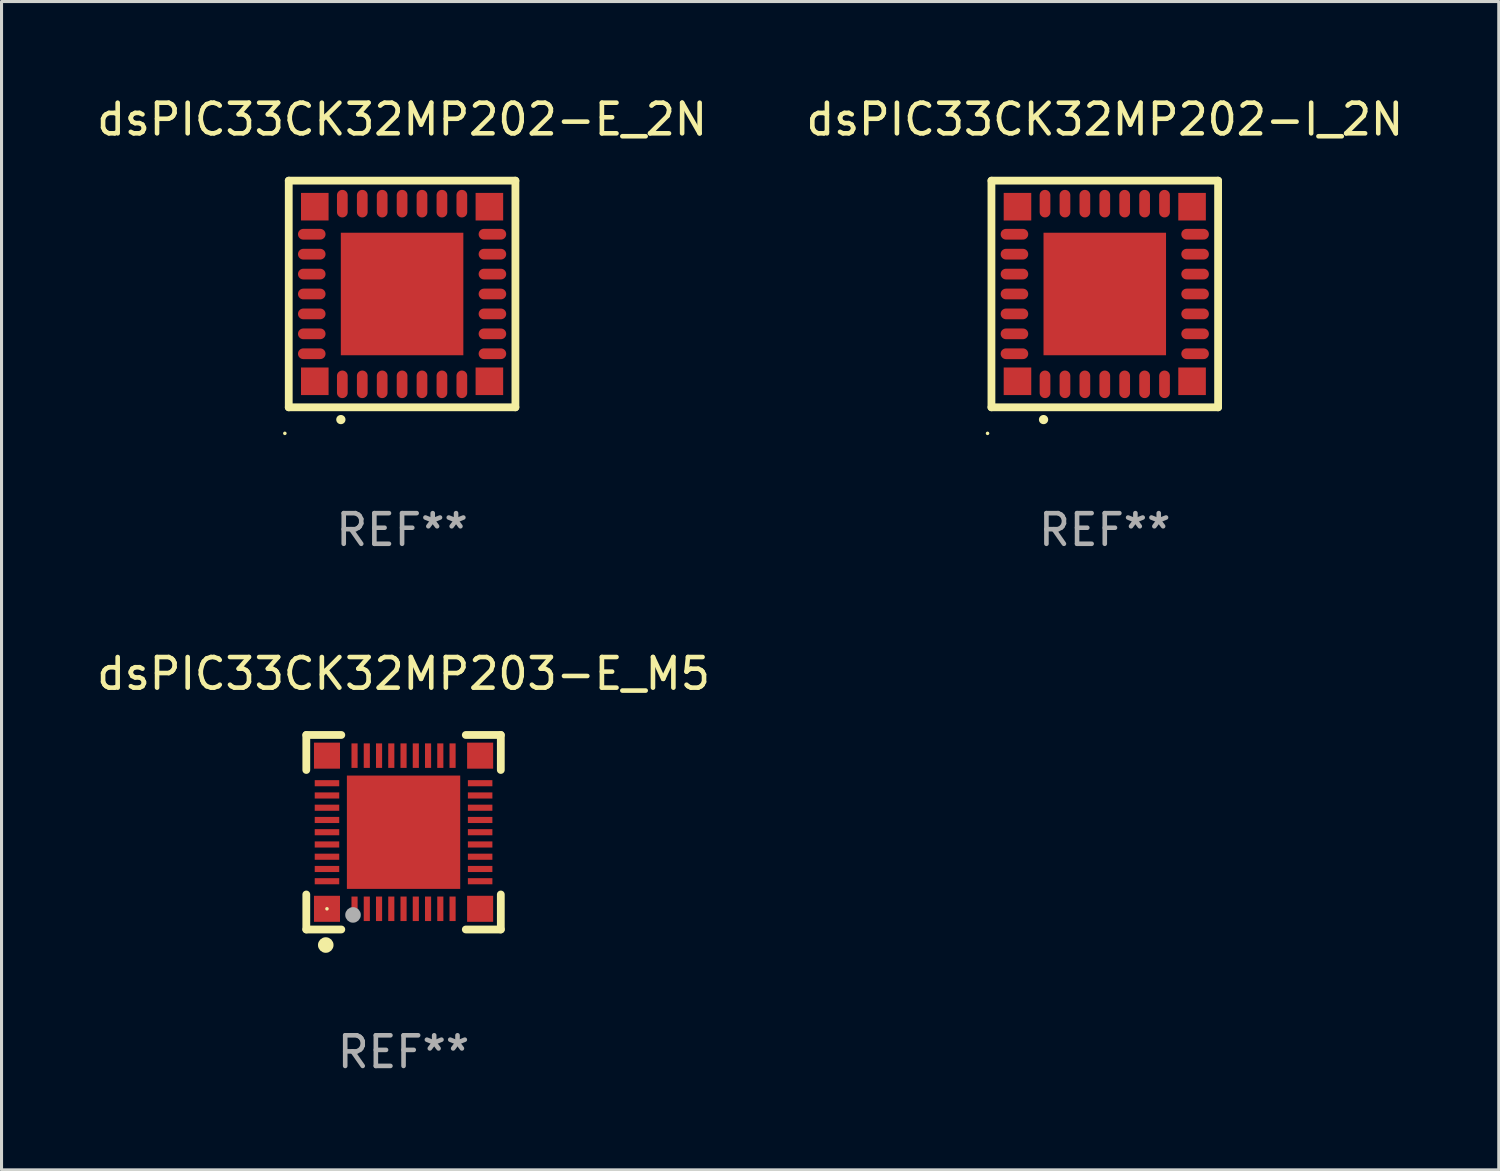
<source format=kicad_pcb>
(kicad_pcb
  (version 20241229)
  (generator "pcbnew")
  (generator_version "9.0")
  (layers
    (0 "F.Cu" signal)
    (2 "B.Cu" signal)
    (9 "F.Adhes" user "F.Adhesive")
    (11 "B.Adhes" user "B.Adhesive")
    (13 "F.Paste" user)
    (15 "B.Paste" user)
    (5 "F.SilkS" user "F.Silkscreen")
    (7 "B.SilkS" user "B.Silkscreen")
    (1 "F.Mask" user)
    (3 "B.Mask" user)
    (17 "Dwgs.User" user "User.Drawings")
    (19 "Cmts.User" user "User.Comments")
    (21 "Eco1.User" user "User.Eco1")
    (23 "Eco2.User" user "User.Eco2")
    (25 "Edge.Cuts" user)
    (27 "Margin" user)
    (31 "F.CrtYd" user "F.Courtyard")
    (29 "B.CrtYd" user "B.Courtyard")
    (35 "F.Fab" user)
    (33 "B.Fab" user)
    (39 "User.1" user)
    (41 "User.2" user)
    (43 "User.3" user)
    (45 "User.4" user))
  (footprint "dsPIC33CK32MP202-E_2N"
    (layer "F.Cu")
    (at 10.077 6.548)
    (property "Reference" "dsPIC33CK32MP202-E_2N" (at 0 -5.7 0) (layer "F.SilkS") (effects (font (size 1 1) (thickness 0.15))))
    (attr through_hole)
    (fp_line (start -3.7 -3.7) (end 3.7 -3.7) (stroke (width 0.254) (type solid)) (layer "F.SilkS"))
    (fp_line (start -3.7 3.7) (end -3.7 -3.7) (stroke (width 0.254) (type solid)) (layer "F.SilkS"))
    (fp_line (start 3.7 -3.7) (end 3.7 3.7) (stroke (width 0.254) (type solid)) (layer "F.SilkS"))
    (fp_line (start 3.7 3.7) (end -3.7 3.7) (stroke (width 0.254) (type solid)) (layer "F.SilkS"))
    (fp_arc (start -2 4.1) (mid -1.99873 4.099995) (end -1.99746 4.1) (stroke (width 0.3) (type solid)) (layer "F.SilkS"))
    (fp_circle (center -3.827 4.55) (end -3.797 4.55) (stroke (width 0.06) (type solid)) (fill no) (layer "F.SilkS"))
    (fp_text user "REF**" (at 0 7.7 0) (layer "F.Fab") (effects (font (size 1 1) (thickness 0.15))))
    (pad "1" smd oval (at -1.951 2.949 180) (size 0.35 0.9) (layers "F.Cu" "F.Mask" "F.Paste"))
    (pad "2" smd oval (at -1.3 2.949 180) (size 0.35 0.9) (layers "F.Cu" "F.Mask" "F.Paste"))
    (pad "3" smd oval (at -0.65 2.949 180) (size 0.35 0.9) (layers "F.Cu" "F.Mask" "F.Paste"))
    (pad "4" smd oval (at 0.000051 2.949 180) (size 0.35 0.9) (layers "F.Cu" "F.Mask" "F.Paste"))
    (pad "5" smd oval (at 0.65 2.949 180) (size 0.35 0.9) (layers "F.Cu" "F.Mask" "F.Paste"))
    (pad "6" smd oval (at 1.301 2.949 180) (size 0.35 0.9) (layers "F.Cu" "F.Mask" "F.Paste"))
    (pad "7" smd oval (at 1.951 2.949 180) (size 0.35 0.9) (layers "F.Cu" "F.Mask" "F.Paste"))
    (pad "8" smd oval (at 2.949 1.951 90) (size 0.35 0.9) (layers "F.Cu" "F.Mask" "F.Paste"))
    (pad "9" smd oval (at 2.949 1.301 90) (size 0.35 0.9) (layers "F.Cu" "F.Mask" "F.Paste"))
    (pad "10" smd oval (at 2.949 0.65 90) (size 0.35 0.9) (layers "F.Cu" "F.Mask" "F.Paste"))
    (pad "11" smd oval (at 2.949 0.000051 90) (size 0.35 0.9) (layers "F.Cu" "F.Mask" "F.Paste"))
    (pad "12" smd oval (at 2.949 -0.65 90) (size 0.35 0.9) (layers "F.Cu" "F.Mask" "F.Paste"))
    (pad "13" smd oval (at 2.949 -1.3 90) (size 0.35 0.9) (layers "F.Cu" "F.Mask" "F.Paste"))
    (pad "14" smd oval (at 2.949 -1.951 90) (size 0.35 0.9) (layers "F.Cu" "F.Mask" "F.Paste"))
    (pad "15" smd oval (at 1.951 -2.949 180) (size 0.35 0.9) (layers "F.Cu" "F.Mask" "F.Paste"))
    (pad "16" smd oval (at 1.301 -2.949 180) (size 0.35 0.9) (layers "F.Cu" "F.Mask" "F.Paste"))
    (pad "17" smd oval (at 0.65 -2.949 180) (size 0.35 0.9) (layers "F.Cu" "F.Mask" "F.Paste"))
    (pad "18" smd oval (at 0.000051 -2.949 180) (size 0.35 0.9) (layers "F.Cu" "F.Mask" "F.Paste"))
    (pad "19" smd oval (at -0.65 -2.949 180) (size 0.35 0.9) (layers "F.Cu" "F.Mask" "F.Paste"))
    (pad "20" smd oval (at -1.3 -2.949 180) (size 0.35 0.9) (layers "F.Cu" "F.Mask" "F.Paste"))
    (pad "21" smd oval (at -1.951 -2.949 180) (size 0.35 0.9) (layers "F.Cu" "F.Mask" "F.Paste"))
    (pad "22" smd oval (at -2.949 -1.951 90) (size 0.35 0.9) (layers "F.Cu" "F.Mask" "F.Paste"))
    (pad "23" smd oval (at -2.949 -1.3 90) (size 0.35 0.9) (layers "F.Cu" "F.Mask" "F.Paste"))
    (pad "24" smd oval (at -2.949 -0.65 90) (size 0.35 0.9) (layers "F.Cu" "F.Mask" "F.Paste"))
    (pad "25" smd oval (at -2.949 0.000051 90) (size 0.35 0.9) (layers "F.Cu" "F.Mask" "F.Paste"))
    (pad "26" smd oval (at -2.949 0.65 90) (size 0.35 0.9) (layers "F.Cu" "F.Mask" "F.Paste"))
    (pad "27" smd oval (at -2.949 1.301 90) (size 0.35 0.9) (layers "F.Cu" "F.Mask" "F.Paste"))
    (pad "28" smd oval (at -2.949 1.951 90) (size 0.35 0.9) (layers "F.Cu" "F.Mask" "F.Paste"))
    (pad "29" smd rect (at -2.85 -2.85 90) (size 0.9 0.9) (layers "F.Cu" "F.Mask" "F.Paste"))
    (pad "29" smd rect (at -2.85 2.85 90) (size 0.9 0.9) (layers "F.Cu" "F.Mask" "F.Paste"))
    (pad "29" smd rect (at 0.000051 0.000051 90) (size 4 4) (layers "F.Cu" "F.Mask" "F.Paste"))
    (pad "29" smd rect (at 2.85 -2.85 90) (size 0.9 0.9) (layers "F.Cu" "F.Mask" "F.Paste"))
    (pad "29" smd rect (at 2.85 2.85 90) (size 0.9 0.9) (layers "F.Cu" "F.Mask" "F.Paste")))
  (footprint "dsPIC33CK32MP203-E_M5"
    (layer "F.Cu")
    (at 10.125 24.12)
    (property "Reference" "dsPIC33CK32MP203-E_M5" (at 0 -5.175 0) (layer "F.SilkS") (effects (font (size 1 1) (thickness 0.15))))
    (attr through_hole)
    (fp_line (start -3.175 -3.175) (end -2.032 -3.175) (stroke (width 0.254) (type solid)) (layer "F.SilkS"))
    (fp_line (start -3.175 -2.032) (end -3.175 -3.175) (stroke (width 0.254) (type solid)) (layer "F.SilkS"))
    (fp_line (start -3.175 3.175) (end -3.175 2.032) (stroke (width 0.254) (type solid)) (layer "F.SilkS"))
    (fp_line (start -2.032 3.175) (end -3.175 3.175) (stroke (width 0.254) (type solid)) (layer "F.SilkS"))
    (fp_line (start 2.032 -3.175) (end 3.175 -3.175) (stroke (width 0.254) (type solid)) (layer "F.SilkS"))
    (fp_line (start 3.175 -3.175) (end 3.175 -2.032) (stroke (width 0.254) (type solid)) (layer "F.SilkS"))
    (fp_line (start 3.175 2.032) (end 3.175 3.175) (stroke (width 0.254) (type solid)) (layer "F.SilkS"))
    (fp_line (start 3.175 3.175) (end 2.032 3.175) (stroke (width 0.254) (type solid)) (layer "F.SilkS"))
    (fp_circle (center -2.54 3.683) (end -2.413 3.683) (stroke (width 0.254) (type solid)) (fill no) (layer "F.SilkS"))
    (fp_circle (center -2.5 2.5) (end -2.47 2.5) (stroke (width 0.06) (type solid)) (fill no) (layer "F.SilkS"))
    (fp_circle (center -1.65 2.7) (end -1.523 2.7) (stroke (width 0.254) (type solid)) (fill no) (layer "F.Fab"))
    (fp_text user "REF**" (at 0 7.175 0) (layer "F.Fab") (effects (font (size 1 1) (thickness 0.15))))
    (pad "1" smd rect (at -1.6 2.5) (size 0.2 0.8) (layers "F.Cu" "F.Mask" "F.Paste"))
    (pad "2" smd rect (at -1.2 2.5) (size 0.2 0.8) (layers "F.Cu" "F.Mask" "F.Paste"))
    (pad "3" smd rect (at -0.8 2.5) (size 0.2 0.8) (layers "F.Cu" "F.Mask" "F.Paste"))
    (pad "4" smd rect (at -0.4 2.5) (size 0.2 0.8) (layers "F.Cu" "F.Mask" "F.Paste"))
    (pad "5" smd rect (at -0.000051 2.5) (size 0.2 0.8) (layers "F.Cu" "F.Mask" "F.Paste"))
    (pad "6" smd rect (at 0.4 2.5) (size 0.2 0.8) (layers "F.Cu" "F.Mask" "F.Paste"))
    (pad "7" smd rect (at 0.8 2.5) (size 0.2 0.8) (layers "F.Cu" "F.Mask" "F.Paste"))
    (pad "8" smd rect (at 1.2 2.5) (size 0.2 0.8) (layers "F.Cu" "F.Mask" "F.Paste"))
    (pad "9" smd rect (at 1.6 2.5) (size 0.2 0.8) (layers "F.Cu" "F.Mask" "F.Paste"))
    (pad "10" smd rect (at 2.5 1.6 90) (size 0.2 0.8) (layers "F.Cu" "F.Mask" "F.Paste"))
    (pad "11" smd rect (at 2.5 1.2 90) (size 0.2 0.8) (layers "F.Cu" "F.Mask" "F.Paste"))
    (pad "12" smd rect (at 2.5 0.8 90) (size 0.2 0.8) (layers "F.Cu" "F.Mask" "F.Paste"))
    (pad "13" smd rect (at 2.5 0.4 90) (size 0.2 0.8) (layers "F.Cu" "F.Mask" "F.Paste"))
    (pad "14" smd rect (at 2.5 -0.000051 90) (size 0.2 0.8) (layers "F.Cu" "F.Mask" "F.Paste"))
    (pad "15" smd rect (at 2.5 -0.4 90) (size 0.2 0.8) (layers "F.Cu" "F.Mask" "F.Paste"))
    (pad "16" smd rect (at 2.5 -0.8 90) (size 0.2 0.8) (layers "F.Cu" "F.Mask" "F.Paste"))
    (pad "17" smd rect (at 2.5 -1.2 90) (size 0.2 0.8) (layers "F.Cu" "F.Mask" "F.Paste"))
    (pad "18" smd rect (at 2.5 -1.6 90) (size 0.2 0.8) (layers "F.Cu" "F.Mask" "F.Paste"))
    (pad "19" smd rect (at 1.6 -2.5 180) (size 0.2 0.8) (layers "F.Cu" "F.Mask" "F.Paste"))
    (pad "20" smd rect (at 1.2 -2.5 180) (size 0.2 0.8) (layers "F.Cu" "F.Mask" "F.Paste"))
    (pad "21" smd rect (at 0.8 -2.5 180) (size 0.2 0.8) (layers "F.Cu" "F.Mask" "F.Paste"))
    (pad "22" smd rect (at 0.4 -2.5 180) (size 0.2 0.8) (layers "F.Cu" "F.Mask" "F.Paste"))
    (pad "23" smd rect (at -0.000051 -2.5 180) (size 0.2 0.8) (layers "F.Cu" "F.Mask" "F.Paste"))
    (pad "24" smd rect (at -0.4 -2.5 180) (size 0.2 0.8) (layers "F.Cu" "F.Mask" "F.Paste"))
    (pad "25" smd rect (at -0.8 -2.5 180) (size 0.2 0.8) (layers "F.Cu" "F.Mask" "F.Paste"))
    (pad "26" smd rect (at -1.2 -2.5 180) (size 0.2 0.8) (layers "F.Cu" "F.Mask" "F.Paste"))
    (pad "27" smd rect (at -1.6 -2.5 180) (size 0.2 0.8) (layers "F.Cu" "F.Mask" "F.Paste"))
    (pad "28" smd rect (at -2.5 -1.6 270) (size 0.2 0.8) (layers "F.Cu" "F.Mask" "F.Paste"))
    (pad "29" smd rect (at -2.5 -1.2 270) (size 0.2 0.8) (layers "F.Cu" "F.Mask" "F.Paste"))
    (pad "30" smd rect (at -2.5 -0.8 270) (size 0.2 0.8) (layers "F.Cu" "F.Mask" "F.Paste"))
    (pad "31" smd rect (at -2.5 -0.4 270) (size 0.2 0.8) (layers "F.Cu" "F.Mask" "F.Paste"))
    (pad "32" smd rect (at -2.5 -0.000051 270) (size 0.2 0.8) (layers "F.Cu" "F.Mask" "F.Paste"))
    (pad "33" smd rect (at -2.5 0.4 270) (size 0.2 0.8) (layers "F.Cu" "F.Mask" "F.Paste"))
    (pad "34" smd rect (at -2.5 0.8 270) (size 0.2 0.8) (layers "F.Cu" "F.Mask" "F.Paste"))
    (pad "35" smd rect (at -2.5 1.2 270) (size 0.2 0.8) (layers "F.Cu" "F.Mask" "F.Paste"))
    (pad "36" smd rect (at -2.5 1.6 270) (size 0.2 0.8) (layers "F.Cu" "F.Mask" "F.Paste"))
    (pad "37" smd rect (at -2.5 -2.5) (size 0.85 0.85) (layers "F.Cu" "F.Mask" "F.Paste"))
    (pad "37" smd rect (at -2.5 2.5) (size 0.85 0.85) (layers "F.Cu" "F.Mask" "F.Paste"))
    (pad "37" smd rect (at -0.000051 -0.000051) (size 3.7 3.7) (layers "F.Cu" "F.Mask" "F.Paste"))
    (pad "37" smd rect (at 2.5 -2.5) (size 0.85 0.85) (layers "F.Cu" "F.Mask" "F.Paste"))
    (pad "37" smd rect (at 2.5 2.5) (size 0.85 0.85) (layers "F.Cu" "F.Mask" "F.Paste")))
  (footprint "dsPIC33CK32MP202-I_2N"
    (layer "F.Cu")
    (at 33.018 6.548)
    (property "Reference" "dsPIC33CK32MP202-I_2N" (at 0 -5.7 0) (layer "F.SilkS") (effects (font (size 1 1) (thickness 0.15))))
    (attr through_hole)
    (fp_line (start -3.7 -3.7) (end 3.7 -3.7) (stroke (width 0.254) (type solid)) (layer "F.SilkS"))
    (fp_line (start -3.7 3.7) (end -3.7 -3.7) (stroke (width 0.254) (type solid)) (layer "F.SilkS"))
    (fp_line (start 3.7 -3.7) (end 3.7 3.7) (stroke (width 0.254) (type solid)) (layer "F.SilkS"))
    (fp_line (start 3.7 3.7) (end -3.7 3.7) (stroke (width 0.254) (type solid)) (layer "F.SilkS"))
    (fp_arc (start -2 4.1) (mid -1.99873 4.099995) (end -1.99746 4.1) (stroke (width 0.3) (type solid)) (layer "F.SilkS"))
    (fp_circle (center -3.827 4.55) (end -3.797 4.55) (stroke (width 0.06) (type solid)) (fill no) (layer "F.SilkS"))
    (fp_text user "REF**" (at 0 7.7 0) (layer "F.Fab") (effects (font (size 1 1) (thickness 0.15))))
    (pad "1" smd oval (at -1.951 2.949 180) (size 0.35 0.9) (layers "F.Cu" "F.Mask" "F.Paste"))
    (pad "2" smd oval (at -1.3 2.949 180) (size 0.35 0.9) (layers "F.Cu" "F.Mask" "F.Paste"))
    (pad "3" smd oval (at -0.65 2.949 180) (size 0.35 0.9) (layers "F.Cu" "F.Mask" "F.Paste"))
    (pad "4" smd oval (at 0.000051 2.949 180) (size 0.35 0.9) (layers "F.Cu" "F.Mask" "F.Paste"))
    (pad "5" smd oval (at 0.65 2.949 180) (size 0.35 0.9) (layers "F.Cu" "F.Mask" "F.Paste"))
    (pad "6" smd oval (at 1.301 2.949 180) (size 0.35 0.9) (layers "F.Cu" "F.Mask" "F.Paste"))
    (pad "7" smd oval (at 1.951 2.949 180) (size 0.35 0.9) (layers "F.Cu" "F.Mask" "F.Paste"))
    (pad "8" smd oval (at 2.949 1.951 90) (size 0.35 0.9) (layers "F.Cu" "F.Mask" "F.Paste"))
    (pad "9" smd oval (at 2.949 1.301 90) (size 0.35 0.9) (layers "F.Cu" "F.Mask" "F.Paste"))
    (pad "10" smd oval (at 2.949 0.65 90) (size 0.35 0.9) (layers "F.Cu" "F.Mask" "F.Paste"))
    (pad "11" smd oval (at 2.949 0.000051 90) (size 0.35 0.9) (layers "F.Cu" "F.Mask" "F.Paste"))
    (pad "12" smd oval (at 2.949 -0.65 90) (size 0.35 0.9) (layers "F.Cu" "F.Mask" "F.Paste"))
    (pad "13" smd oval (at 2.949 -1.3 90) (size 0.35 0.9) (layers "F.Cu" "F.Mask" "F.Paste"))
    (pad "14" smd oval (at 2.949 -1.951 90) (size 0.35 0.9) (layers "F.Cu" "F.Mask" "F.Paste"))
    (pad "15" smd oval (at 1.951 -2.949 180) (size 0.35 0.9) (layers "F.Cu" "F.Mask" "F.Paste"))
    (pad "16" smd oval (at 1.301 -2.949 180) (size 0.35 0.9) (layers "F.Cu" "F.Mask" "F.Paste"))
    (pad "17" smd oval (at 0.65 -2.949 180) (size 0.35 0.9) (layers "F.Cu" "F.Mask" "F.Paste"))
    (pad "18" smd oval (at 0.000051 -2.949 180) (size 0.35 0.9) (layers "F.Cu" "F.Mask" "F.Paste"))
    (pad "19" smd oval (at -0.65 -2.949 180) (size 0.35 0.9) (layers "F.Cu" "F.Mask" "F.Paste"))
    (pad "20" smd oval (at -1.3 -2.949 180) (size 0.35 0.9) (layers "F.Cu" "F.Mask" "F.Paste"))
    (pad "21" smd oval (at -1.951 -2.949 180) (size 0.35 0.9) (layers "F.Cu" "F.Mask" "F.Paste"))
    (pad "22" smd oval (at -2.949 -1.951 90) (size 0.35 0.9) (layers "F.Cu" "F.Mask" "F.Paste"))
    (pad "23" smd oval (at -2.949 -1.3 90) (size 0.35 0.9) (layers "F.Cu" "F.Mask" "F.Paste"))
    (pad "24" smd oval (at -2.949 -0.65 90) (size 0.35 0.9) (layers "F.Cu" "F.Mask" "F.Paste"))
    (pad "25" smd oval (at -2.949 0.000051 90) (size 0.35 0.9) (layers "F.Cu" "F.Mask" "F.Paste"))
    (pad "26" smd oval (at -2.949 0.65 90) (size 0.35 0.9) (layers "F.Cu" "F.Mask" "F.Paste"))
    (pad "27" smd oval (at -2.949 1.301 90) (size 0.35 0.9) (layers "F.Cu" "F.Mask" "F.Paste"))
    (pad "28" smd oval (at -2.949 1.951 90) (size 0.35 0.9) (layers "F.Cu" "F.Mask" "F.Paste"))
    (pad "29" smd rect (at -2.85 -2.85 90) (size 0.9 0.9) (layers "F.Cu" "F.Mask" "F.Paste"))
    (pad "29" smd rect (at -2.85 2.85 90) (size 0.9 0.9) (layers "F.Cu" "F.Mask" "F.Paste"))
    (pad "29" smd rect (at 0.000051 0.000051 90) (size 4 4) (layers "F.Cu" "F.Mask" "F.Paste"))
    (pad "29" smd rect (at 2.85 -2.85 90) (size 0.9 0.9) (layers "F.Cu" "F.Mask" "F.Paste"))
    (pad "29" smd rect (at 2.85 2.85 90) (size 0.9 0.9) (layers "F.Cu" "F.Mask" "F.Paste")))
  (gr_rect
    (start -3 -3)
    (end 45.881 35.143)
    (stroke (width 0.1) (type default))
    (fill no)
    (layer "Edge.Cuts")))
</source>
